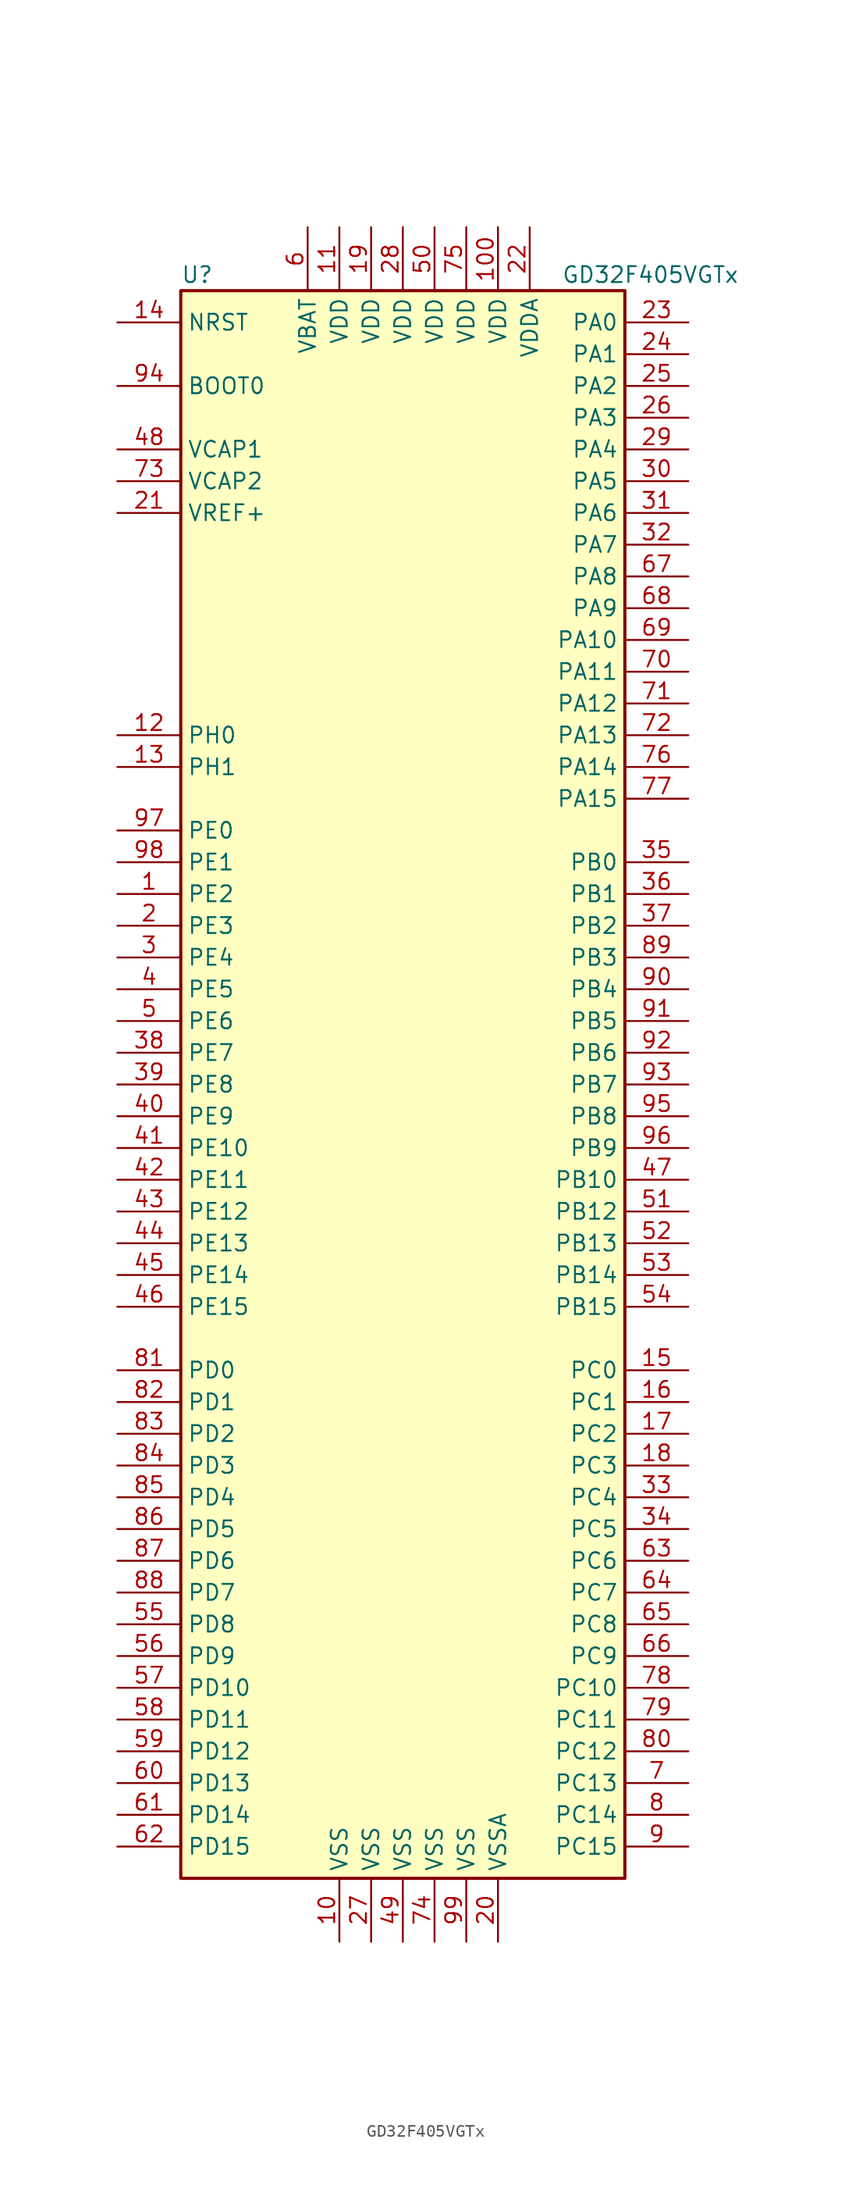
<source format=kicad_sym>
(kicad_symbol_lib
  (version 20211014)
  (generator kicad_symbol_editor)
  (symbol "GD32F405VGTx"
    (property "Reference" "U"
      (at -17.78 64.77 0)
      (effects (font (size 1.27 1.27)) (justify left)))
    (property "Value" "GD32F405VGTx"
      (at 12.7 64.77 0)
      (effects (font (size 1.27 1.27)) (justify left)))
    (symbol "GD32F405VGTx_0_1"
      (rectangle (start -17.78 -63.5) (end 17.78 63.5) (stroke (width 0.254) (type default) (color 0 0 0 0)) (fill (type background))))
    (symbol "GD32F405VGTx_1_1"
      (pin bidirectional line (at -22.86 15.24 0) (length 5.08) (name "PE2" (effects (font (size 1.27 1.27)))) (number "1" (effects (font (size 1.27 1.27)))))
      (pin power_in line (at -5.08 -68.58 90) (length 5.08) (name "VSS" (effects (font (size 1.27 1.27)))) (number "10" (effects (font (size 1.27 1.27)))))
      (pin power_in line (at 7.62 68.58 270) (length 5.08) (name "VDD" (effects (font (size 1.27 1.27)))) (number "100" (effects (font (size 1.27 1.27)))))
      (pin power_in line (at -5.08 68.58 270) (length 5.08) (name "VDD" (effects (font (size 1.27 1.27)))) (number "11" (effects (font (size 1.27 1.27)))))
      (pin input line (at -22.86 27.94 0) (length 5.08) (name "PH0" (effects (font (size 1.27 1.27)))) (number "12" (effects (font (size 1.27 1.27)))))
      (pin input line (at -22.86 25.4 0) (length 5.08) (name "PH1" (effects (font (size 1.27 1.27)))) (number "13" (effects (font (size 1.27 1.27)))))
      (pin input line (at -22.86 60.96 0) (length 5.08) (name "NRST" (effects (font (size 1.27 1.27)))) (number "14" (effects (font (size 1.27 1.27)))))
      (pin bidirectional line (at 22.86 -22.86 180) (length 5.08) (name "PC0" (effects (font (size 1.27 1.27)))) (number "15" (effects (font (size 1.27 1.27)))))
      (pin bidirectional line (at 22.86 -25.4 180) (length 5.08) (name "PC1" (effects (font (size 1.27 1.27)))) (number "16" (effects (font (size 1.27 1.27)))))
      (pin bidirectional line (at 22.86 -27.94 180) (length 5.08) (name "PC2" (effects (font (size 1.27 1.27)))) (number "17" (effects (font (size 1.27 1.27)))))
      (pin bidirectional line (at 22.86 -30.48 180) (length 5.08) (name "PC3" (effects (font (size 1.27 1.27)))) (number "18" (effects (font (size 1.27 1.27)))))
      (pin power_in line (at -2.54 68.58 270) (length 5.08) (name "VDD" (effects (font (size 1.27 1.27)))) (number "19" (effects (font (size 1.27 1.27)))))
      (pin bidirectional line (at -22.86 12.7 0) (length 5.08) (name "PE3" (effects (font (size 1.27 1.27)))) (number "2" (effects (font (size 1.27 1.27)))))
      (pin power_in line (at 7.62 -68.58 90) (length 5.08) (name "VSSA" (effects (font (size 1.27 1.27)))) (number "20" (effects (font (size 1.27 1.27)))))
      (pin power_in line (at -22.86 45.72 0) (length 5.08) (name "VREF+" (effects (font (size 1.27 1.27)))) (number "21" (effects (font (size 1.27 1.27)))))
      (pin power_in line (at 10.16 68.58 270) (length 5.08) (name "VDDA" (effects (font (size 1.27 1.27)))) (number "22" (effects (font (size 1.27 1.27)))))
      (pin bidirectional line (at 22.86 60.96 180) (length 5.08) (name "PA0" (effects (font (size 1.27 1.27)))) (number "23" (effects (font (size 1.27 1.27)))))
      (pin bidirectional line (at 22.86 58.42 180) (length 5.08) (name "PA1" (effects (font (size 1.27 1.27)))) (number "24" (effects (font (size 1.27 1.27)))))
      (pin bidirectional line (at 22.86 55.88 180) (length 5.08) (name "PA2" (effects (font (size 1.27 1.27)))) (number "25" (effects (font (size 1.27 1.27)))))
      (pin bidirectional line (at 22.86 53.34 180) (length 5.08) (name "PA3" (effects (font (size 1.27 1.27)))) (number "26" (effects (font (size 1.27 1.27)))))
      (pin power_in line (at -2.54 -68.58 90) (length 5.08) (name "VSS" (effects (font (size 1.27 1.27)))) (number "27" (effects (font (size 1.27 1.27)))))
      (pin power_in line (at 0 68.58 270) (length 5.08) (name "VDD" (effects (font (size 1.27 1.27)))) (number "28" (effects (font (size 1.27 1.27)))))
      (pin bidirectional line (at 22.86 50.8 180) (length 5.08) (name "PA4" (effects (font (size 1.27 1.27)))) (number "29" (effects (font (size 1.27 1.27)))))
      (pin bidirectional line (at -22.86 10.16 0) (length 5.08) (name "PE4" (effects (font (size 1.27 1.27)))) (number "3" (effects (font (size 1.27 1.27)))))
      (pin bidirectional line (at 22.86 48.26 180) (length 5.08) (name "PA5" (effects (font (size 1.27 1.27)))) (number "30" (effects (font (size 1.27 1.27)))))
      (pin bidirectional line (at 22.86 45.72 180) (length 5.08) (name "PA6" (effects (font (size 1.27 1.27)))) (number "31" (effects (font (size 1.27 1.27)))))
      (pin bidirectional line (at 22.86 43.18 180) (length 5.08) (name "PA7" (effects (font (size 1.27 1.27)))) (number "32" (effects (font (size 1.27 1.27)))))
      (pin bidirectional line (at 22.86 -33.02 180) (length 5.08) (name "PC4" (effects (font (size 1.27 1.27)))) (number "33" (effects (font (size 1.27 1.27)))))
      (pin bidirectional line (at 22.86 -35.56 180) (length 5.08) (name "PC5" (effects (font (size 1.27 1.27)))) (number "34" (effects (font (size 1.27 1.27)))))
      (pin bidirectional line (at 22.86 17.78 180) (length 5.08) (name "PB0" (effects (font (size 1.27 1.27)))) (number "35" (effects (font (size 1.27 1.27)))))
      (pin bidirectional line (at 22.86 15.24 180) (length 5.08) (name "PB1" (effects (font (size 1.27 1.27)))) (number "36" (effects (font (size 1.27 1.27)))))
      (pin bidirectional line (at 22.86 12.7 180) (length 5.08) (name "PB2" (effects (font (size 1.27 1.27)))) (number "37" (effects (font (size 1.27 1.27)))))
      (pin bidirectional line (at -22.86 2.54 0) (length 5.08) (name "PE7" (effects (font (size 1.27 1.27)))) (number "38" (effects (font (size 1.27 1.27)))))
      (pin bidirectional line (at -22.86 0 0) (length 5.08) (name "PE8" (effects (font (size 1.27 1.27)))) (number "39" (effects (font (size 1.27 1.27)))))
      (pin bidirectional line (at -22.86 7.62 0) (length 5.08) (name "PE5" (effects (font (size 1.27 1.27)))) (number "4" (effects (font (size 1.27 1.27)))))
      (pin bidirectional line (at -22.86 -2.54 0) (length 5.08) (name "PE9" (effects (font (size 1.27 1.27)))) (number "40" (effects (font (size 1.27 1.27)))))
      (pin bidirectional line (at -22.86 -5.08 0) (length 5.08) (name "PE10" (effects (font (size 1.27 1.27)))) (number "41" (effects (font (size 1.27 1.27)))))
      (pin bidirectional line (at -22.86 -7.62 0) (length 5.08) (name "PE11" (effects (font (size 1.27 1.27)))) (number "42" (effects (font (size 1.27 1.27)))))
      (pin bidirectional line (at -22.86 -10.16 0) (length 5.08) (name "PE12" (effects (font (size 1.27 1.27)))) (number "43" (effects (font (size 1.27 1.27)))))
      (pin bidirectional line (at -22.86 -12.7 0) (length 5.08) (name "PE13" (effects (font (size 1.27 1.27)))) (number "44" (effects (font (size 1.27 1.27)))))
      (pin bidirectional line (at -22.86 -15.24 0) (length 5.08) (name "PE14" (effects (font (size 1.27 1.27)))) (number "45" (effects (font (size 1.27 1.27)))))
      (pin bidirectional line (at -22.86 -17.78 0) (length 5.08) (name "PE15" (effects (font (size 1.27 1.27)))) (number "46" (effects (font (size 1.27 1.27)))))
      (pin bidirectional line (at 22.86 -7.62 180) (length 5.08) (name "PB10" (effects (font (size 1.27 1.27)))) (number "47" (effects (font (size 1.27 1.27)))))
      (pin power_in line (at -22.86 50.8 0) (length 5.08) (name "VCAP1" (effects (font (size 1.27 1.27)))) (number "48" (effects (font (size 1.27 1.27)))))
      (pin power_in line (at 0 -68.58 90) (length 5.08) (name "VSS" (effects (font (size 1.27 1.27)))) (number "49" (effects (font (size 1.27 1.27)))))
      (pin bidirectional line (at -22.86 5.08 0) (length 5.08) (name "PE6" (effects (font (size 1.27 1.27)))) (number "5" (effects (font (size 1.27 1.27)))))
      (pin power_in line (at 2.54 68.58 270) (length 5.08) (name "VDD" (effects (font (size 1.27 1.27)))) (number "50" (effects (font (size 1.27 1.27)))))
      (pin bidirectional line (at 22.86 -10.16 180) (length 5.08) (name "PB12" (effects (font (size 1.27 1.27)))) (number "51" (effects (font (size 1.27 1.27)))))
      (pin bidirectional line (at 22.86 -12.7 180) (length 5.08) (name "PB13" (effects (font (size 1.27 1.27)))) (number "52" (effects (font (size 1.27 1.27)))))
      (pin bidirectional line (at 22.86 -15.24 180) (length 5.08) (name "PB14" (effects (font (size 1.27 1.27)))) (number "53" (effects (font (size 1.27 1.27)))))
      (pin bidirectional line (at 22.86 -17.78 180) (length 5.08) (name "PB15" (effects (font (size 1.27 1.27)))) (number "54" (effects (font (size 1.27 1.27)))))
      (pin bidirectional line (at -22.86 -43.18 0) (length 5.08) (name "PD8" (effects (font (size 1.27 1.27)))) (number "55" (effects (font (size 1.27 1.27)))))
      (pin bidirectional line (at -22.86 -45.72 0) (length 5.08) (name "PD9" (effects (font (size 1.27 1.27)))) (number "56" (effects (font (size 1.27 1.27)))))
      (pin bidirectional line (at -22.86 -48.26 0) (length 5.08) (name "PD10" (effects (font (size 1.27 1.27)))) (number "57" (effects (font (size 1.27 1.27)))))
      (pin bidirectional line (at -22.86 -50.8 0) (length 5.08) (name "PD11" (effects (font (size 1.27 1.27)))) (number "58" (effects (font (size 1.27 1.27)))))
      (pin bidirectional line (at -22.86 -53.34 0) (length 5.08) (name "PD12" (effects (font (size 1.27 1.27)))) (number "59" (effects (font (size 1.27 1.27)))))
      (pin power_in line (at -7.62 68.58 270) (length 5.08) (name "VBAT" (effects (font (size 1.27 1.27)))) (number "6" (effects (font (size 1.27 1.27)))))
      (pin bidirectional line (at -22.86 -55.88 0) (length 5.08) (name "PD13" (effects (font (size 1.27 1.27)))) (number "60" (effects (font (size 1.27 1.27)))))
      (pin bidirectional line (at -22.86 -58.42 0) (length 5.08) (name "PD14" (effects (font (size 1.27 1.27)))) (number "61" (effects (font (size 1.27 1.27)))))
      (pin bidirectional line (at -22.86 -60.96 0) (length 5.08) (name "PD15" (effects (font (size 1.27 1.27)))) (number "62" (effects (font (size 1.27 1.27)))))
      (pin bidirectional line (at 22.86 -38.1 180) (length 5.08) (name "PC6" (effects (font (size 1.27 1.27)))) (number "63" (effects (font (size 1.27 1.27)))))
      (pin bidirectional line (at 22.86 -40.64 180) (length 5.08) (name "PC7" (effects (font (size 1.27 1.27)))) (number "64" (effects (font (size 1.27 1.27)))))
      (pin bidirectional line (at 22.86 -43.18 180) (length 5.08) (name "PC8" (effects (font (size 1.27 1.27)))) (number "65" (effects (font (size 1.27 1.27)))))
      (pin bidirectional line (at 22.86 -45.72 180) (length 5.08) (name "PC9" (effects (font (size 1.27 1.27)))) (number "66" (effects (font (size 1.27 1.27)))))
      (pin bidirectional line (at 22.86 40.64 180) (length 5.08) (name "PA8" (effects (font (size 1.27 1.27)))) (number "67" (effects (font (size 1.27 1.27)))))
      (pin bidirectional line (at 22.86 38.1 180) (length 5.08) (name "PA9" (effects (font (size 1.27 1.27)))) (number "68" (effects (font (size 1.27 1.27)))))
      (pin bidirectional line (at 22.86 35.56 180) (length 5.08) (name "PA10" (effects (font (size 1.27 1.27)))) (number "69" (effects (font (size 1.27 1.27)))))
      (pin bidirectional line (at 22.86 -55.88 180) (length 5.08) (name "PC13" (effects (font (size 1.27 1.27)))) (number "7" (effects (font (size 1.27 1.27)))))
      (pin bidirectional line (at 22.86 33.02 180) (length 5.08) (name "PA11" (effects (font (size 1.27 1.27)))) (number "70" (effects (font (size 1.27 1.27)))))
      (pin bidirectional line (at 22.86 30.48 180) (length 5.08) (name "PA12" (effects (font (size 1.27 1.27)))) (number "71" (effects (font (size 1.27 1.27)))))
      (pin bidirectional line (at 22.86 27.94 180) (length 5.08) (name "PA13" (effects (font (size 1.27 1.27)))) (number "72" (effects (font (size 1.27 1.27)))))
      (pin power_in line (at -22.86 48.26 0) (length 5.08) (name "VCAP2" (effects (font (size 1.27 1.27)))) (number "73" (effects (font (size 1.27 1.27)))))
      (pin power_in line (at 2.54 -68.58 90) (length 5.08) (name "VSS" (effects (font (size 1.27 1.27)))) (number "74" (effects (font (size 1.27 1.27)))))
      (pin power_in line (at 5.08 68.58 270) (length 5.08) (name "VDD" (effects (font (size 1.27 1.27)))) (number "75" (effects (font (size 1.27 1.27)))))
      (pin bidirectional line (at 22.86 25.4 180) (length 5.08) (name "PA14" (effects (font (size 1.27 1.27)))) (number "76" (effects (font (size 1.27 1.27)))))
      (pin bidirectional line (at 22.86 22.86 180) (length 5.08) (name "PA15" (effects (font (size 1.27 1.27)))) (number "77" (effects (font (size 1.27 1.27)))))
      (pin bidirectional line (at 22.86 -48.26 180) (length 5.08) (name "PC10" (effects (font (size 1.27 1.27)))) (number "78" (effects (font (size 1.27 1.27)))))
      (pin bidirectional line (at 22.86 -50.8 180) (length 5.08) (name "PC11" (effects (font (size 1.27 1.27)))) (number "79" (effects (font (size 1.27 1.27)))))
      (pin bidirectional line (at 22.86 -58.42 180) (length 5.08) (name "PC14" (effects (font (size 1.27 1.27)))) (number "8" (effects (font (size 1.27 1.27)))))
      (pin bidirectional line (at 22.86 -53.34 180) (length 5.08) (name "PC12" (effects (font (size 1.27 1.27)))) (number "80" (effects (font (size 1.27 1.27)))))
      (pin bidirectional line (at -22.86 -22.86 0) (length 5.08) (name "PD0" (effects (font (size 1.27 1.27)))) (number "81" (effects (font (size 1.27 1.27)))))
      (pin bidirectional line (at -22.86 -25.4 0) (length 5.08) (name "PD1" (effects (font (size 1.27 1.27)))) (number "82" (effects (font (size 1.27 1.27)))))
      (pin bidirectional line (at -22.86 -27.94 0) (length 5.08) (name "PD2" (effects (font (size 1.27 1.27)))) (number "83" (effects (font (size 1.27 1.27)))))
      (pin bidirectional line (at -22.86 -30.48 0) (length 5.08) (name "PD3" (effects (font (size 1.27 1.27)))) (number "84" (effects (font (size 1.27 1.27)))))
      (pin bidirectional line (at -22.86 -33.02 0) (length 5.08) (name "PD4" (effects (font (size 1.27 1.27)))) (number "85" (effects (font (size 1.27 1.27)))))
      (pin bidirectional line (at -22.86 -35.56 0) (length 5.08) (name "PD5" (effects (font (size 1.27 1.27)))) (number "86" (effects (font (size 1.27 1.27)))))
      (pin bidirectional line (at -22.86 -38.1 0) (length 5.08) (name "PD6" (effects (font (size 1.27 1.27)))) (number "87" (effects (font (size 1.27 1.27)))))
      (pin bidirectional line (at -22.86 -40.64 0) (length 5.08) (name "PD7" (effects (font (size 1.27 1.27)))) (number "88" (effects (font (size 1.27 1.27)))))
      (pin bidirectional line (at 22.86 10.16 180) (length 5.08) (name "PB3" (effects (font (size 1.27 1.27)))) (number "89" (effects (font (size 1.27 1.27)))))
      (pin bidirectional line (at 22.86 -60.96 180) (length 5.08) (name "PC15" (effects (font (size 1.27 1.27)))) (number "9" (effects (font (size 1.27 1.27)))))
      (pin bidirectional line (at 22.86 7.62 180) (length 5.08) (name "PB4" (effects (font (size 1.27 1.27)))) (number "90" (effects (font (size 1.27 1.27)))))
      (pin bidirectional line (at 22.86 5.08 180) (length 5.08) (name "PB5" (effects (font (size 1.27 1.27)))) (number "91" (effects (font (size 1.27 1.27)))))
      (pin bidirectional line (at 22.86 2.54 180) (length 5.08) (name "PB6" (effects (font (size 1.27 1.27)))) (number "92" (effects (font (size 1.27 1.27)))))
      (pin bidirectional line (at 22.86 0 180) (length 5.08) (name "PB7" (effects (font (size 1.27 1.27)))) (number "93" (effects (font (size 1.27 1.27)))))
      (pin input line (at -22.86 55.88 0) (length 5.08) (name "BOOT0" (effects (font (size 1.27 1.27)))) (number "94" (effects (font (size 1.27 1.27)))))
      (pin bidirectional line (at 22.86 -2.54 180) (length 5.08) (name "PB8" (effects (font (size 1.27 1.27)))) (number "95" (effects (font (size 1.27 1.27)))))
      (pin bidirectional line (at 22.86 -5.08 180) (length 5.08) (name "PB9" (effects (font (size 1.27 1.27)))) (number "96" (effects (font (size 1.27 1.27)))))
      (pin bidirectional line (at -22.86 20.32 0) (length 5.08) (name "PE0" (effects (font (size 1.27 1.27)))) (number "97" (effects (font (size 1.27 1.27)))))
      (pin bidirectional line (at -22.86 17.78 0) (length 5.08) (name "PE1" (effects (font (size 1.27 1.27)))) (number "98" (effects (font (size 1.27 1.27)))))
      (pin power_in line (at 5.08 -68.58 90) (length 5.08) (name "VSS" (effects (font (size 1.27 1.27)))) (number "99" (effects (font (size 1.27 1.27))))))))
</source>
